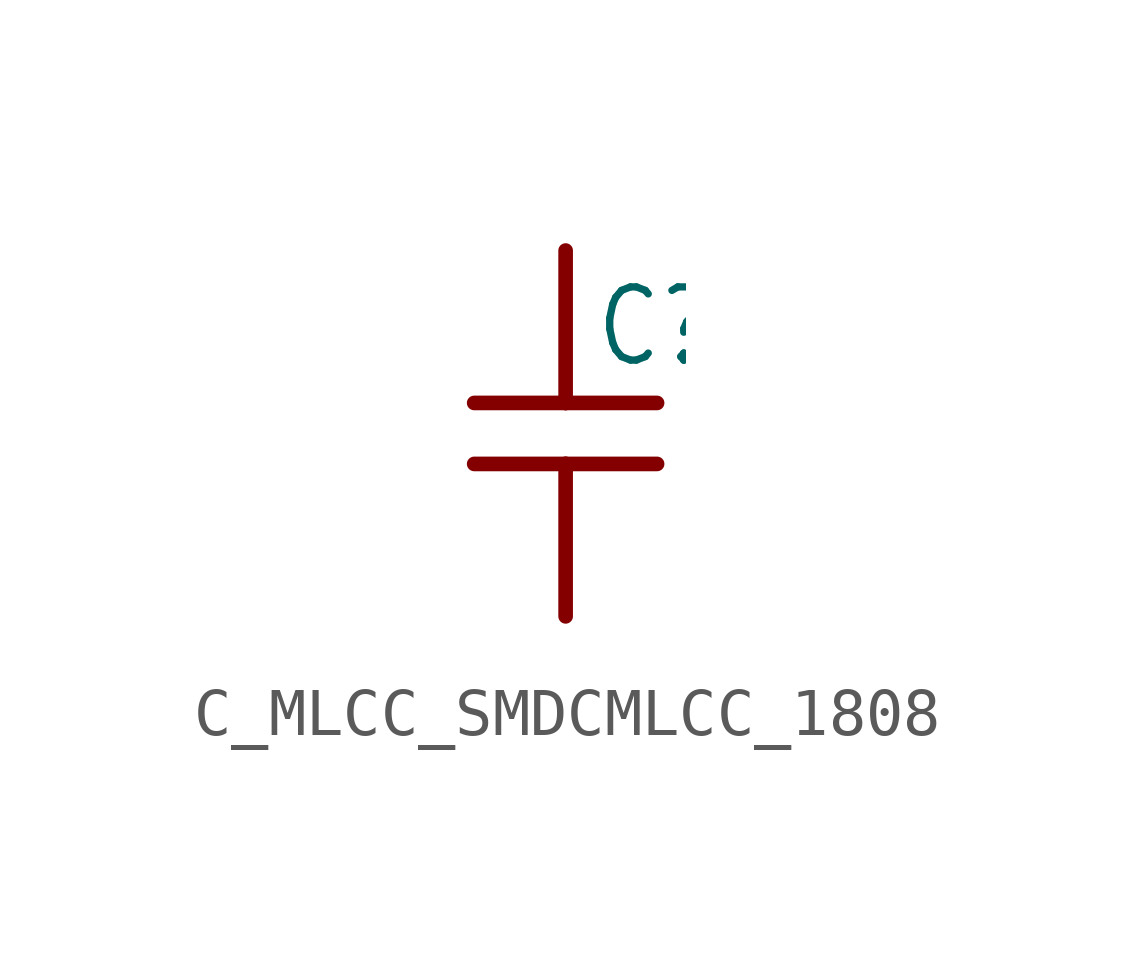
<source format=kicad_sym>
(kicad_symbol_lib
  (version 20231120)
  (generator "kicad_symbol_editor")
  (generator_version "8.0")
  (symbol "C_MLCC_SMDCMLCC_1808"
    (property "Reference" "C"
      (at 0.572 0.064 0)
      (effects (font (size 1.524 1.295)) (justify left bottom)))
    (property "Value" ""
      (at 0.572 -4.381 0)
      (effects (font (size 1.524 1.295)) (justify left bottom)))
    (property "ki_locked" ""
      (at 0 0 0)
      (effects (font (size 1.27 1.27))))
    (symbol "C_MLCC_SMDCMLCC_1808_1_0"
      (polyline (pts (xy -1.905 -1.905) (xy 0 -1.905)) (stroke (width 0.305) (type solid)) (fill (type none)))
      (polyline (pts (xy 0 -1.905) (xy 0 -5.08)) (stroke (width 0.305) (type solid)) (fill (type none)))
      (polyline (pts (xy 0 -1.905) (xy 1.905 -1.905)) (stroke (width 0.305) (type solid)) (fill (type none)))
      (polyline (pts (xy 0 -0.635) (xy -1.905 -0.635)) (stroke (width 0.305) (type solid)) (fill (type none)))
      (polyline (pts (xy 0 -0.635) (xy 0 2.54)) (stroke (width 0.305) (type solid)) (fill (type none)))
      (polyline (pts (xy 1.905 -0.635) (xy 0 -0.635)) (stroke (width 0.305) (type solid)) (fill (type none)))
      (pin passive line (at 0 2.54 270) (length 0) (name "1" (effects (font (size 0 0)))) (number "P$1" (effects (font (size 0 0)))))
      (pin passive line (at 0 -5.08 90) (length 0) (name "2" (effects (font (size 0 0)))) (number "P$2" (effects (font (size 0 0))))))))
</source>
